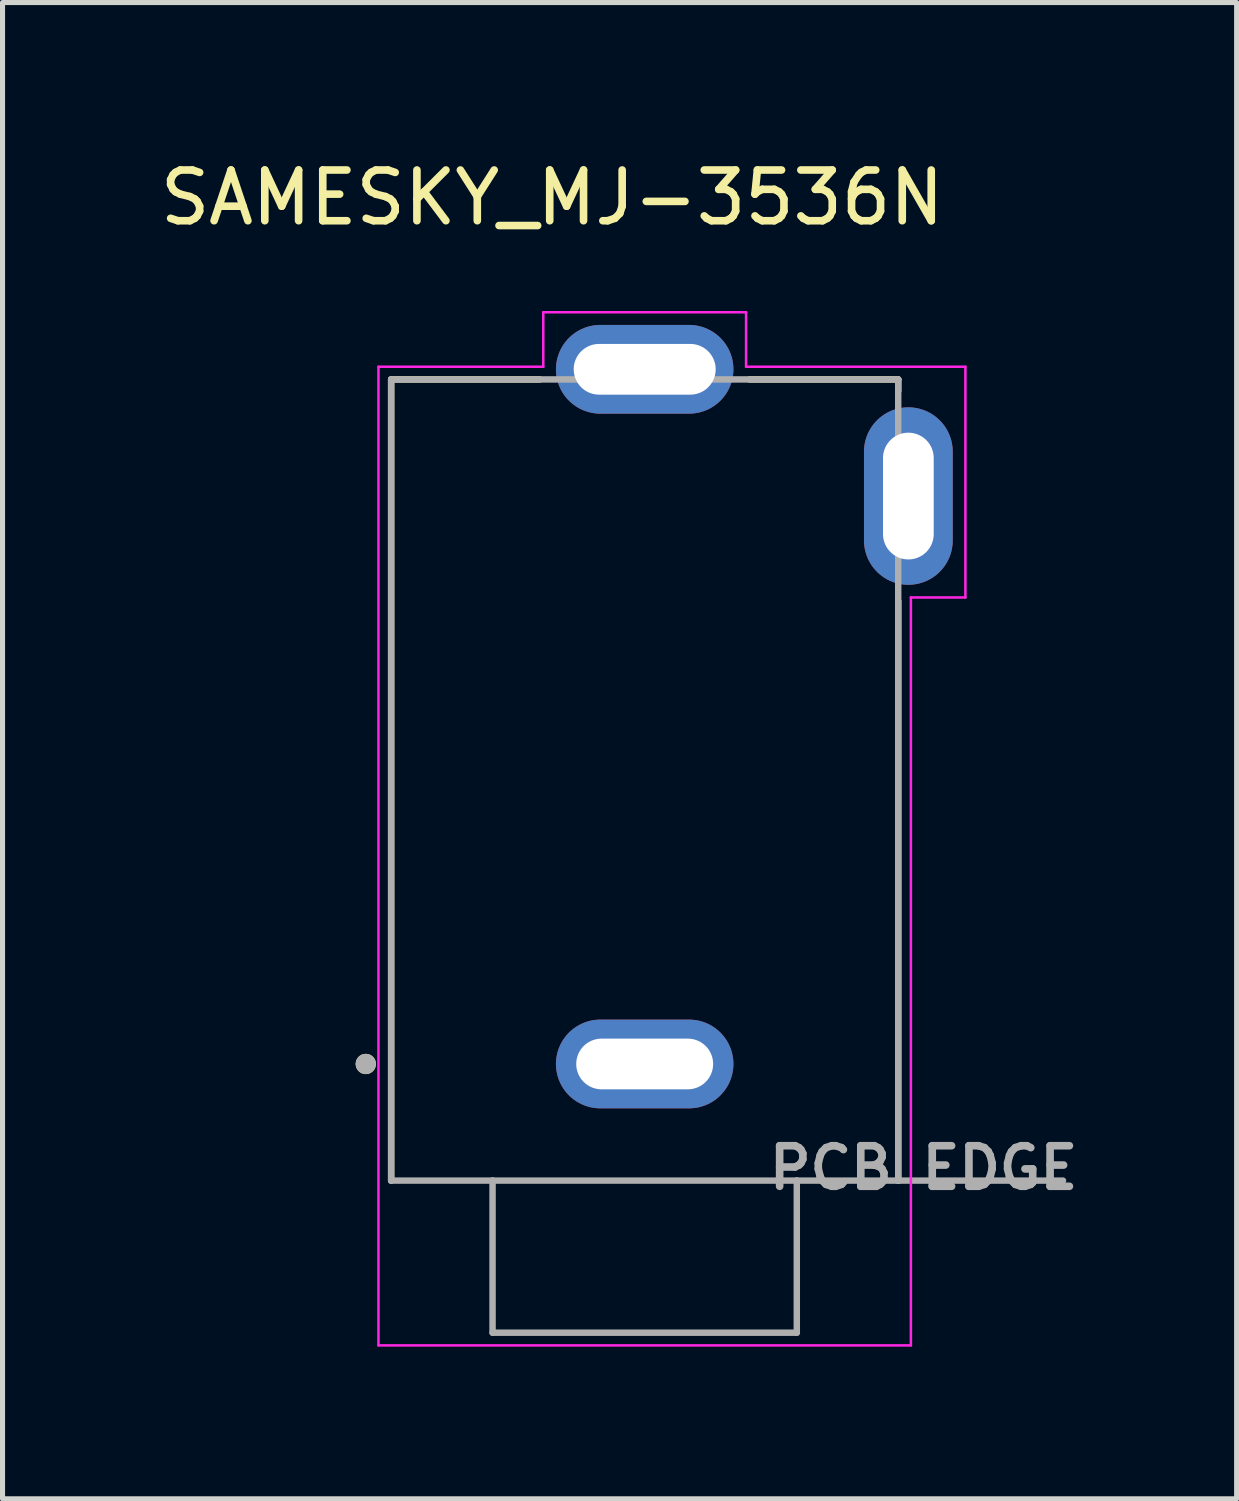
<source format=kicad_pcb>
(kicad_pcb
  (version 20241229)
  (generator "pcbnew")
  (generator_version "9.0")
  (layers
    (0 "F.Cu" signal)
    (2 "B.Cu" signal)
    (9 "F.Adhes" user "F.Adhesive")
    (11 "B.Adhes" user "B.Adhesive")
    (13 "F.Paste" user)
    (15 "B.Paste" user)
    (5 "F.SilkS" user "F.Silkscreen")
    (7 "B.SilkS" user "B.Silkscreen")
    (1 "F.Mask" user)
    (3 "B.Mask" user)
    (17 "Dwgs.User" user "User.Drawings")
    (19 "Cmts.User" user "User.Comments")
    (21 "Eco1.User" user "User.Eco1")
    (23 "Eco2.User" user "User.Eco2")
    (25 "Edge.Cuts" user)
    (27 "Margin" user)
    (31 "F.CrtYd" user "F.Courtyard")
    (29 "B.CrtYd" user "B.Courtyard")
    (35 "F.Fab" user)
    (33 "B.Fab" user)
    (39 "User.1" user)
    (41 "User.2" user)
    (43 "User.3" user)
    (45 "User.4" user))
  (footprint "SAMESKY_MJ-3536N"
    (layer "F.Cu")
    (at 9.664 17.933)
    (property "Reference" "SAMESKY_MJ-3536N" (at -1.825 -17.085 0) (layer "F.SilkS") (effects (font (size 1 1) (thickness 0.15))))
    (attr through_hole)
    (fp_line (start -5 -13.5) (end -2.07 -13.5) (stroke (width 0.127) (type solid)) (layer "F.SilkS"))
    (fp_line (start -5 2.3) (end -5 -13.5) (stroke (width 0.127) (type solid)) (layer "F.SilkS"))
    (fp_line (start 2.07 -13.5) (end 5 -13.5) (stroke (width 0.127) (type solid)) (layer "F.SilkS"))
    (fp_line (start 5 -13.5) (end 5 -13.27) (stroke (width 0.127) (type solid)) (layer "F.SilkS"))
    (fp_line (start 5 -9.13) (end 5 2.3) (stroke (width 0.127) (type solid)) (layer "F.SilkS"))
    (fp_circle (center -5.5 0) (end -5.4 0) (stroke (width 0.2) (type solid)) (fill no) (layer "F.SilkS"))
    (fp_line (start -5.25 -13.75) (end -2 -13.75) (stroke (width 0.05) (type solid)) (layer "F.CrtYd"))
    (fp_line (start -5.25 5.55) (end -5.25 -13.75) (stroke (width 0.05) (type solid)) (layer "F.CrtYd"))
    (fp_line (start -2 -14.825) (end 2 -14.825) (stroke (width 0.05) (type solid)) (layer "F.CrtYd"))
    (fp_line (start -2 -13.75) (end -2 -14.825) (stroke (width 0.05) (type solid)) (layer "F.CrtYd"))
    (fp_line (start 2 -14.825) (end 2 -13.75) (stroke (width 0.05) (type solid)) (layer "F.CrtYd"))
    (fp_line (start 2 -13.75) (end 6.325 -13.75) (stroke (width 0.05) (type solid)) (layer "F.CrtYd"))
    (fp_line (start 5.25 -9.2) (end 5.25 5.55) (stroke (width 0.05) (type solid)) (layer "F.CrtYd"))
    (fp_line (start 5.25 5.55) (end -5.25 5.55) (stroke (width 0.05) (type solid)) (layer "F.CrtYd"))
    (fp_line (start 6.325 -13.75) (end 6.325 -9.2) (stroke (width 0.05) (type solid)) (layer "F.CrtYd"))
    (fp_line (start 6.325 -9.2) (end 5.25 -9.2) (stroke (width 0.05) (type solid)) (layer "F.CrtYd"))
    (fp_line (start -5 -13.5) (end 5 -13.5) (stroke (width 0.127) (type solid)) (layer "F.Fab"))
    (fp_line (start -5 2.3) (end -5 -13.5) (stroke (width 0.127) (type solid)) (layer "F.Fab"))
    (fp_line (start -3 2.3) (end -5 2.3) (stroke (width 0.127) (type solid)) (layer "F.Fab"))
    (fp_line (start -3 2.3) (end -3 5.3) (stroke (width 0.127) (type solid)) (layer "F.Fab"))
    (fp_line (start -3 5.3) (end 3 5.3) (stroke (width 0.127) (type solid)) (layer "F.Fab"))
    (fp_line (start 3 2.3) (end -3 2.3) (stroke (width 0.127) (type solid)) (layer "F.Fab"))
    (fp_line (start 3 5.3) (end 3 2.3) (stroke (width 0.127) (type solid)) (layer "F.Fab"))
    (fp_line (start 5 -13.5) (end 5 2.3) (stroke (width 0.127) (type solid)) (layer "F.Fab"))
    (fp_line (start 5 2.3) (end 3 2.3) (stroke (width 0.127) (type solid)) (layer "F.Fab"))
    (fp_line (start 5 2.3) (end 8.25 2.3) (stroke (width 0.127) (type solid)) (layer "F.Fab"))
    (fp_circle (center -5.5 0) (end -5.4 0) (stroke (width 0.2) (type solid)) (fill no) (layer "F.Fab"))
    (fp_text user "PCB EDGE" (at 5.5 2.05 0) (layer "F.Fab") (effects (font (size 0.8 0.8) (thickness 0.15))))
    (pad "1" thru_hole oval (at 0 0) (size 3.5 1.75) (drill oval 2.7 1) (layers "*.Cu" "*.Mask"))
    (pad "2" thru_hole oval (at 0 -13.7) (size 3.5 1.75) (drill oval 2.8 1) (layers "*.Cu" "*.Mask"))
    (pad "3" thru_hole oval (at 5.2 -11.2) (size 1.75 3.5) (drill oval 1 2.5) (layers "*.Cu" "*.Mask")))
  (gr_rect
    (start -3 -3)
    (end 21.338 26.508)
    (stroke (width 0.1) (type default))
    (fill no)
    (layer "Edge.Cuts")))
</source>
